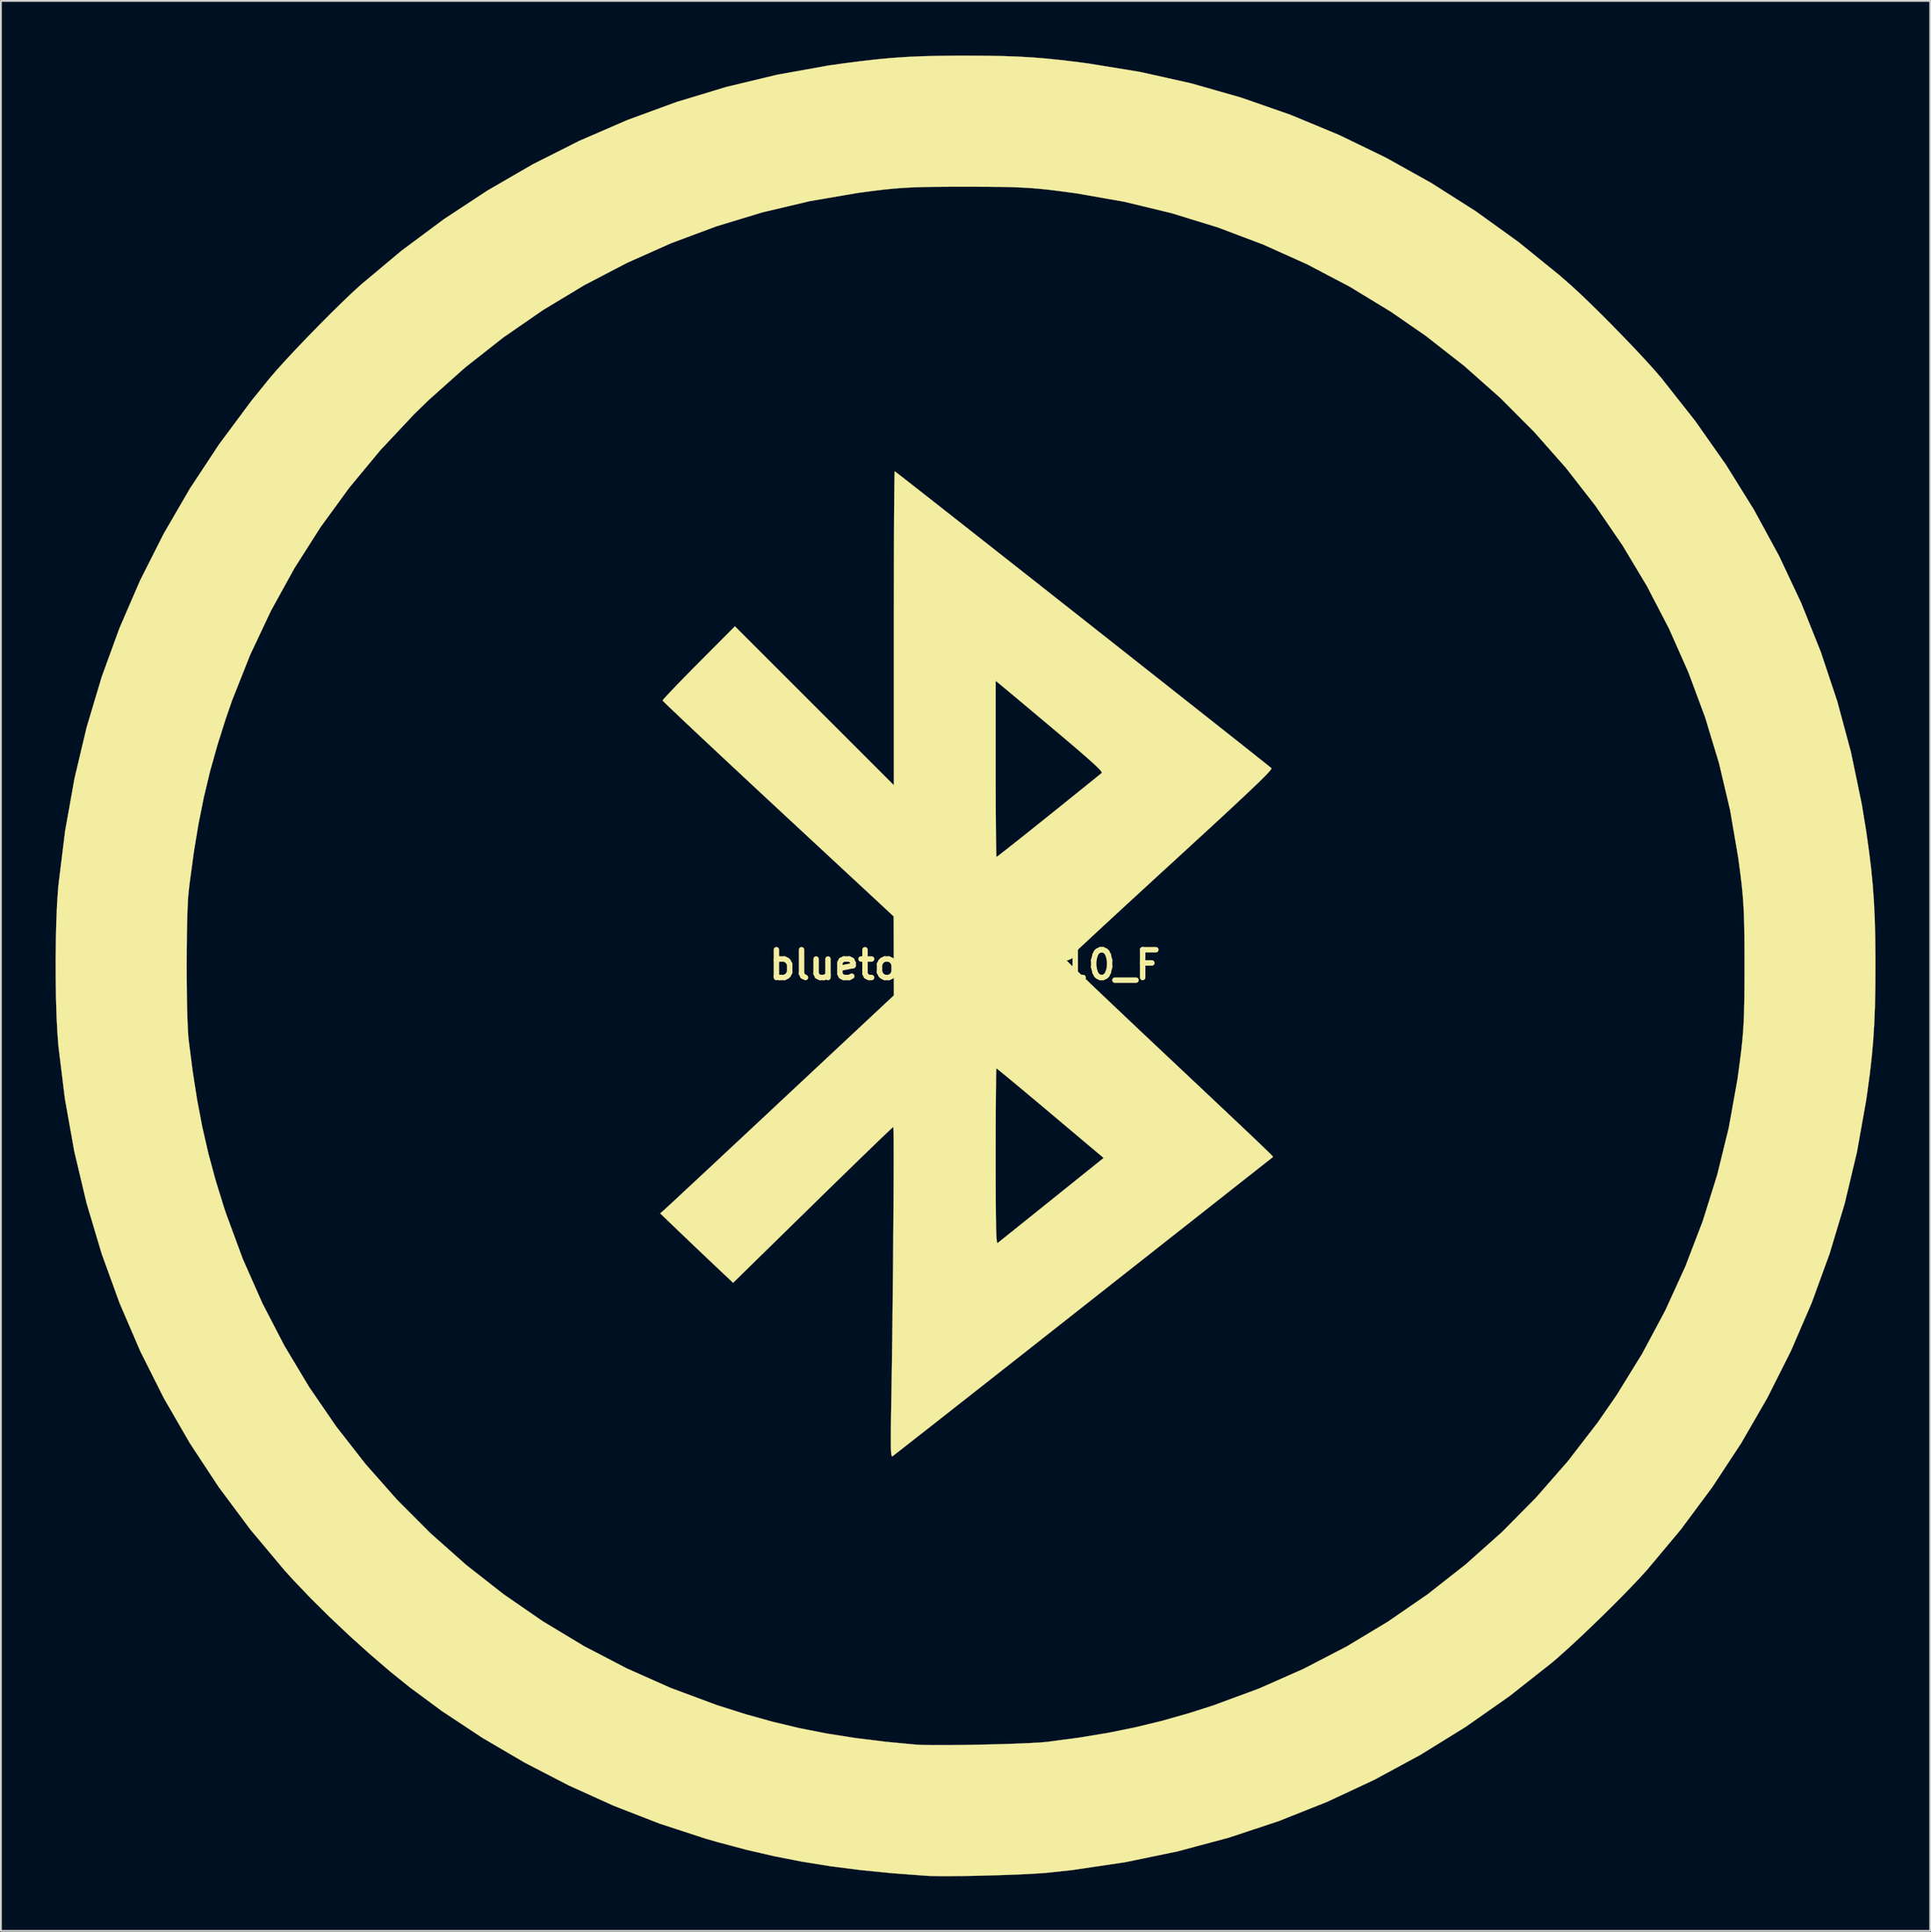
<source format=kicad_pcb>
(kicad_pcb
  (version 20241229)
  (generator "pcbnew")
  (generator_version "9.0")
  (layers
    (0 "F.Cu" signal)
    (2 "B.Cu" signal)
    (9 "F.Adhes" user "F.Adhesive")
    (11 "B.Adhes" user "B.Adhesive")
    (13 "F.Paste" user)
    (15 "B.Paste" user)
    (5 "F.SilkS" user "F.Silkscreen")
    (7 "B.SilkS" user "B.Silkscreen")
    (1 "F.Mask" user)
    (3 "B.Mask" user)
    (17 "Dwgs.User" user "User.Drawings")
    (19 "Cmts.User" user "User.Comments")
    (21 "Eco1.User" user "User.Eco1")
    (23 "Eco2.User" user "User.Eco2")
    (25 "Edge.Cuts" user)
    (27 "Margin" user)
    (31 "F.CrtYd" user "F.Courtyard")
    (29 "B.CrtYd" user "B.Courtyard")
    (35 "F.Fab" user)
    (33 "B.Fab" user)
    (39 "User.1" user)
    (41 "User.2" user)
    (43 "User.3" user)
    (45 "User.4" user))
  (footprint "bluetooth_10x10_F"
    (layer "F.Cu")
    (at 49.91 49.91)
    (property "Reference" "bluetooth_10x10_F" (at 0 0 0) (layer "F.SilkS") (effects (font (size 1.524 1.524) (thickness 0.3))))
    (attr through_hole)
    (fp_poly (pts (xy -3.778 -27.042) (xy -3.584 -26.893) (xy -3.276 -26.652) (xy -2.86 -26.327) (xy -2.347 -25.925) (xy -1.744 -25.452) (xy -1.061 -24.915) (xy -0.306 -24.322) (xy 0.512 -23.678) (xy 1.385 -22.992) (xy 2.303 -22.269) (xy 3.258 -21.518) (xy 4.242 -20.743) (xy 5.244 -19.953) (xy 6.258 -19.155) (xy 7.273 -18.354) (xy 8.282 -17.559) (xy 9.275 -16.776) (xy 10.244 -16.011) (xy 11.181 -15.272) (xy 12.075 -14.566) (xy 12.92 -13.899) (xy 13.705 -13.279) (xy 14.423 -12.711) (xy 15.064 -12.204) (xy 15.619 -11.764) (xy 16.081 -11.398) (xy 16.44 -11.112) (xy 16.688 -10.914) (xy 16.815 -10.81) (xy 16.829 -10.799) (xy 16.822 -10.758) (xy 16.758 -10.668) (xy 16.629 -10.524) (xy 16.431 -10.32) (xy 16.158 -10.049) (xy 15.802 -9.707) (xy 15.359 -9.288) (xy 14.822 -8.785) (xy 14.186 -8.194) (xy 13.443 -7.508) (xy 12.589 -6.723) (xy 11.618 -5.831) (xy 11.262 -5.505) (xy 10.431 -4.744) (xy 9.638 -4.015) (xy 8.889 -3.326) (xy 8.195 -2.686) (xy 7.563 -2.102) (xy 7.004 -1.583) (xy 6.525 -1.138) (xy 6.135 -0.773) (xy 5.843 -0.497) (xy 5.658 -0.319) (xy 5.588 -0.247) (xy 5.588 -0.246) (xy 5.648 -0.179) (xy 5.823 -0.006) (xy 6.103 0.266) (xy 6.478 0.627) (xy 6.941 1.07) (xy 7.482 1.585) (xy 8.091 2.164) (xy 8.76 2.797) (xy 9.479 3.477) (xy 10.24 4.195) (xy 10.647 4.578) (xy 11.672 5.542) (xy 12.58 6.397) (xy 13.379 7.15) (xy 14.075 7.806) (xy 14.675 8.372) (xy 15.186 8.854) (xy 15.615 9.261) (xy 15.968 9.596) (xy 16.254 9.868) (xy 16.477 10.084) (xy 16.647 10.248) (xy 16.768 10.368) (xy 16.848 10.451) (xy 16.895 10.503) (xy 16.914 10.531) (xy 16.915 10.54) (xy 16.847 10.593) (xy 16.653 10.746) (xy 16.34 10.992) (xy 15.916 11.326) (xy 15.387 11.742) (xy 14.761 12.235) (xy 14.045 12.799) (xy 13.246 13.428) (xy 12.372 14.117) (xy 11.428 14.859) (xy 10.423 15.651) (xy 9.364 16.485) (xy 8.257 17.356) (xy 7.111 18.259) (xy 6.519 18.725) (xy 5.354 19.643) (xy 4.223 20.532) (xy 3.136 21.388) (xy 2.098 22.204) (xy 1.117 22.976) (xy 0.2 23.696) (xy -0.645 24.36) (xy -1.411 24.962) (xy -2.091 25.495) (xy -2.678 25.955) (xy -3.164 26.336) (xy -3.543 26.632) (xy -3.807 26.838) (xy -3.948 26.947) (xy -3.971 26.963) (xy -4.002 26.962) (xy -4.026 26.907) (xy -4.043 26.784) (xy -4.055 26.578) (xy -4.061 26.274) (xy -4.061 25.857) (xy -4.056 25.314) (xy -4.047 24.629) (xy -4.035 23.91) (xy -4.019 22.942) (xy -4.003 21.922) (xy -3.989 20.86) (xy -3.975 19.771) (xy -3.962 18.668) (xy -3.951 17.563) (xy -3.94 16.469) (xy -3.931 15.4) (xy -3.923 14.368) (xy -3.916 13.386) (xy -3.911 12.467) (xy -3.907 11.624) (xy -3.905 10.871) (xy -3.905 10.509) (xy 1.693 10.509) (xy 1.694 11.569) (xy 1.696 12.47) (xy 1.7 13.224) (xy 1.706 13.84) (xy 1.714 14.33) (xy 1.725 14.705) (xy 1.738 14.975) (xy 1.754 15.152) (xy 1.773 15.245) (xy 1.796 15.266) (xy 1.799 15.264) (xy 1.886 15.195) (xy 2.09 15.031) (xy 2.399 14.784) (xy 2.797 14.465) (xy 3.27 14.085) (xy 3.806 13.656) (xy 4.388 13.188) (xy 4.763 12.887) (xy 7.621 10.593) (xy 4.698 8.133) (xy 4.095 7.626) (xy 3.532 7.155) (xy 3.023 6.73) (xy 2.58 6.361) (xy 2.216 6.061) (xy 1.945 5.839) (xy 1.781 5.707) (xy 1.734 5.673) (xy 1.726 5.755) (xy 1.719 5.991) (xy 1.713 6.367) (xy 1.707 6.867) (xy 1.702 7.477) (xy 1.698 8.181) (xy 1.695 8.964) (xy 1.694 9.812) (xy 1.693 10.509) (xy -3.905 10.509) (xy -3.905 10.219) (xy -3.907 9.683) (xy -3.911 9.275) (xy -3.917 9.007) (xy -3.925 8.893) (xy -3.927 8.89) (xy -3.995 8.948) (xy -4.175 9.115) (xy -4.456 9.382) (xy -4.828 9.739) (xy -5.283 10.178) (xy -5.81 10.689) (xy -6.4 11.262) (xy -7.043 11.889) (xy -7.73 12.559) (xy -8.351 13.167) (xy -12.718 17.443) (xy -13.704 16.515) (xy -14.142 16.1) (xy -14.646 15.622) (xy -15.158 15.134) (xy -15.622 14.69) (xy -15.706 14.61) (xy -16.722 13.634) (xy -16.499 13.442) (xy -16.407 13.358) (xy -16.2 13.167) (xy -15.887 12.876) (xy -15.476 12.493) (xy -14.976 12.028) (xy -14.396 11.487) (xy -13.744 10.879) (xy -13.029 10.211) (xy -12.26 9.493) (xy -11.446 8.732) (xy -10.594 7.936) (xy -10.086 7.46) (xy -3.895 1.671) (xy -3.901 -0.498) (xy -3.907 -2.667) (xy -10.244 -8.551) (xy -11.12 -9.365) (xy -11.96 -10.148) (xy -12.756 -10.89) (xy -13.5 -11.586) (xy -14.184 -12.226) (xy -14.799 -12.803) (xy -15.337 -13.31) (xy -15.789 -13.738) (xy -16.149 -14.08) (xy -16.406 -14.328) (xy -16.554 -14.475) (xy -16.588 -14.513) (xy -16.532 -14.59) (xy -16.369 -14.771) (xy -16.115 -15.043) (xy -15.782 -15.39) (xy -15.385 -15.799) (xy -14.938 -16.254) (xy -14.607 -16.588) (xy -12.619 -18.584) (xy -8.257 -14.224) (xy -3.895 -9.864) (xy -3.895 -10.759) (xy 1.693 -10.759) (xy 1.694 -9.872) (xy 1.696 -9.037) (xy 1.7 -8.271) (xy 1.705 -7.587) (xy 1.71 -7) (xy 1.717 -6.526) (xy 1.724 -6.18) (xy 1.732 -5.977) (xy 1.739 -5.927) (xy 1.813 -5.978) (xy 2.004 -6.125) (xy 2.3 -6.356) (xy 2.686 -6.66) (xy 3.149 -7.027) (xy 3.675 -7.446) (xy 4.25 -7.905) (xy 4.596 -8.183) (xy 5.196 -8.665) (xy 5.757 -9.116) (xy 6.265 -9.525) (xy 6.706 -9.88) (xy 7.065 -10.17) (xy 7.328 -10.383) (xy 7.482 -10.508) (xy 7.514 -10.535) (xy 7.512 -10.584) (xy 7.441 -10.682) (xy 7.293 -10.838) (xy 7.06 -11.058) (xy 6.733 -11.352) (xy 6.303 -11.726) (xy 5.761 -12.189) (xy 5.099 -12.748) (xy 4.851 -12.957) (xy 4.257 -13.455) (xy 3.698 -13.925) (xy 3.188 -14.352) (xy 2.741 -14.726) (xy 2.373 -15.034) (xy 2.097 -15.264) (xy 1.929 -15.403) (xy 1.888 -15.437) (xy 1.693 -15.591) (xy 1.693 -10.759) (xy -3.895 -10.759) (xy -3.895 -18.479) (xy -3.894 -19.671) (xy -3.893 -20.814) (xy -3.891 -21.897) (xy -3.888 -22.909) (xy -3.884 -23.838) (xy -3.88 -24.674) (xy -3.875 -25.404) (xy -3.87 -26.018) (xy -3.864 -26.505) (xy -3.858 -26.852) (xy -3.852 -27.05) (xy -3.847 -27.093) (xy -3.778 -27.042)) (stroke (width 0.01) (type solid)) (fill yes) (layer "F.SilkS"))
    (fp_poly (pts (xy 1.11 -49.9) (xy 2.05 -49.884) (xy 2.904 -49.854) (xy 3.714 -49.807) (xy 4.522 -49.741) (xy 5.368 -49.653) (xy 6.295 -49.54) (xy 6.766 -49.478) (xy 9.613 -49.014) (xy 12.419 -48.387) (xy 15.178 -47.6) (xy 17.884 -46.656) (xy 20.53 -45.557) (xy 23.109 -44.308) (xy 25.616 -42.91) (xy 28.044 -41.366) (xy 30.387 -39.68) (xy 32.638 -37.855) (xy 33.232 -37.336) (xy 33.712 -36.897) (xy 34.271 -36.363) (xy 34.883 -35.763) (xy 35.522 -35.121) (xy 36.163 -34.464) (xy 36.781 -33.818) (xy 37.35 -33.208) (xy 37.844 -32.662) (xy 38.229 -32.216) (xy 40.081 -29.868) (xy 41.776 -27.458) (xy 43.313 -24.985) (xy 44.693 -22.45) (xy 45.915 -19.852) (xy 46.98 -17.192) (xy 47.888 -14.47) (xy 48.638 -11.686) (xy 49.231 -8.839) (xy 49.478 -7.324) (xy 49.625 -6.285) (xy 49.742 -5.328) (xy 49.833 -4.415) (xy 49.899 -3.505) (xy 49.945 -2.56) (xy 49.972 -1.538) (xy 49.984 -0.402) (xy 49.984 0.042) (xy 49.978 1.23) (xy 49.957 2.288) (xy 49.918 3.256) (xy 49.859 4.174) (xy 49.777 5.081) (xy 49.67 6.018) (xy 49.534 7.023) (xy 49.478 7.408) (xy 48.969 10.27) (xy 48.299 13.084) (xy 47.469 15.845) (xy 46.484 18.547) (xy 45.345 21.185) (xy 44.054 23.753) (xy 42.615 26.246) (xy 41.03 28.658) (xy 39.302 30.984) (xy 37.432 33.219) (xy 37.421 33.232) (xy 36.958 33.737) (xy 36.4 34.321) (xy 35.774 34.958) (xy 35.106 35.621) (xy 34.424 36.283) (xy 33.755 36.919) (xy 33.125 37.501) (xy 32.564 38.004) (xy 32.216 38.302) (xy 29.89 40.136) (xy 27.492 41.816) (xy 25.023 43.344) (xy 22.485 44.717) (xy 19.88 45.935) (xy 17.208 46.997) (xy 14.471 47.903) (xy 11.672 48.652) (xy 8.811 49.244) (xy 5.891 49.677) (xy 4.487 49.827) (xy 4.048 49.861) (xy 3.485 49.893) (xy 2.829 49.923) (xy 2.109 49.949) (xy 1.356 49.972) (xy 0.6 49.99) (xy -0.13 50.003) (xy -0.803 50.009) (xy -1.389 50.009) (xy -1.859 50.001) (xy -2.117 49.989) (xy -3.992 49.848) (xy -5.732 49.676) (xy -7.368 49.467) (xy -8.933 49.215) (xy -10.458 48.917) (xy -11.975 48.566) (xy -13.517 48.156) (xy -14.224 47.953) (xy -16.752 47.128) (xy -19.265 46.15) (xy -21.74 45.031) (xy -24.155 43.782) (xy -26.489 42.414) (xy -28.717 40.94) (xy -30.48 39.636) (xy -31.543 38.779) (xy -32.654 37.826) (xy -33.78 36.812) (xy -34.885 35.768) (xy -35.933 34.728) (xy -36.889 33.725) (xy -37.336 33.232) (xy -39.217 30.987) (xy -40.951 28.659) (xy -42.537 26.25) (xy -43.973 23.763) (xy -45.259 21.2) (xy -46.394 18.564) (xy -47.376 15.857) (xy -48.205 13.081) (xy -48.88 10.239) (xy -49.399 7.333) (xy -49.753 4.445) (xy -49.811 3.688) (xy -49.856 2.799) (xy -49.886 1.813) (xy -49.902 0.766) (xy -49.905 -0.138) (xy -42.714 -0.138) (xy -42.713 0.689) (xy -42.706 1.495) (xy -42.693 2.252) (xy -42.674 2.933) (xy -42.65 3.511) (xy -42.621 3.959) (xy -42.606 4.106) (xy -42.387 5.823) (xy -42.139 7.411) (xy -41.853 8.909) (xy -41.521 10.355) (xy -41.134 11.789) (xy -40.684 13.249) (xy -40.558 13.631) (xy -39.634 16.134) (xy -38.562 18.56) (xy -37.348 20.904) (xy -35.996 23.16) (xy -34.513 25.322) (xy -32.903 27.385) (xy -31.173 29.345) (xy -29.327 31.194) (xy -27.372 32.929) (xy -25.312 34.543) (xy -23.153 36.031) (xy -20.901 37.387) (xy -18.56 38.607) (xy -16.137 39.684) (xy -13.637 40.613) (xy -13.547 40.643) (xy -12.02 41.127) (xy -10.538 41.54) (xy -9.066 41.891) (xy -7.566 42.185) (xy -6.003 42.431) (xy -4.343 42.635) (xy -2.709 42.79) (xy -2.39 42.807) (xy -1.928 42.816) (xy -1.353 42.819) (xy -0.69 42.816) (xy 0.032 42.808) (xy 0.787 42.795) (xy 1.547 42.778) (xy 2.283 42.757) (xy 2.97 42.733) (xy 3.58 42.706) (xy 4.085 42.678) (xy 4.458 42.648) (xy 4.531 42.64) (xy 6.247 42.412) (xy 7.84 42.15) (xy 9.354 41.844) (xy 10.832 41.485) (xy 12.32 41.062) (xy 13.631 40.643) (xy 16.147 39.715) (xy 18.587 38.636) (xy 20.947 37.412) (xy 23.22 36.046) (xy 25.401 34.543) (xy 27.485 32.907) (xy 29.467 31.142) (xy 31.339 29.252) (xy 33.098 27.242) (xy 34.737 25.116) (xy 35.771 23.622) (xy 37.181 21.337) (xy 38.442 18.978) (xy 39.55 16.551) (xy 40.504 14.063) (xy 41.299 11.523) (xy 41.934 8.938) (xy 42.405 6.315) (xy 42.454 5.969) (xy 42.544 5.306) (xy 42.617 4.723) (xy 42.675 4.189) (xy 42.719 3.676) (xy 42.751 3.153) (xy 42.773 2.59) (xy 42.788 1.957) (xy 42.795 1.225) (xy 42.798 0.364) (xy 42.798 0.042) (xy 42.796 -0.869) (xy 42.791 -1.641) (xy 42.779 -2.304) (xy 42.76 -2.886) (xy 42.731 -3.42) (xy 42.691 -3.933) (xy 42.638 -4.456) (xy 42.57 -5.019) (xy 42.486 -5.652) (xy 42.454 -5.884) (xy 42.006 -8.504) (xy 41.398 -11.078) (xy 40.633 -13.601) (xy 39.716 -16.066) (xy 38.651 -18.465) (xy 37.442 -20.793) (xy 36.094 -23.042) (xy 34.61 -25.207) (xy 32.996 -27.279) (xy 31.254 -29.254) (xy 29.391 -31.123) (xy 27.409 -32.88) (xy 25.313 -34.519) (xy 23.407 -35.838) (xy 21.142 -37.218) (xy 18.791 -38.454) (xy 16.367 -39.543) (xy 13.879 -40.481) (xy 11.339 -41.263) (xy 8.759 -41.886) (xy 6.15 -42.344) (xy 5.969 -42.37) (xy 5.306 -42.459) (xy 4.723 -42.532) (xy 4.189 -42.59) (xy 3.676 -42.634) (xy 3.153 -42.666) (xy 2.59 -42.689) (xy 1.957 -42.703) (xy 1.225 -42.71) (xy 0.364 -42.713) (xy 0.042 -42.713) (xy -0.869 -42.712) (xy -1.641 -42.706) (xy -2.304 -42.694) (xy -2.886 -42.675) (xy -3.42 -42.646) (xy -3.933 -42.606) (xy -4.456 -42.553) (xy -5.019 -42.485) (xy -5.652 -42.402) (xy -5.884 -42.37) (xy -8.512 -41.92) (xy -11.098 -41.309) (xy -13.635 -40.539) (xy -16.116 -39.614) (xy -18.534 -38.537) (xy -20.882 -37.313) (xy -23.153 -35.944) (xy -25.339 -34.434) (xy -27.433 -32.787) (xy -29.429 -31.006) (xy -30.227 -30.228) (xy -32.077 -28.259) (xy -33.791 -26.191) (xy -35.365 -24.029) (xy -36.798 -21.778) (xy -38.086 -19.442) (xy -39.226 -17.026) (xy -40.215 -14.534) (xy -40.558 -13.547) (xy -41.025 -12.073) (xy -41.428 -10.636) (xy -41.773 -9.197) (xy -42.07 -7.716) (xy -42.327 -6.155) (xy -42.553 -4.475) (xy -42.606 -4.022) (xy -42.638 -3.639) (xy -42.665 -3.114) (xy -42.685 -2.474) (xy -42.701 -1.746) (xy -42.71 -0.959) (xy -42.714 -0.138) (xy -49.905 -0.138) (xy -49.905 -0.305) (xy -49.893 -1.364) (xy -49.868 -2.375) (xy -49.829 -3.303) (xy -49.775 -4.111) (xy -49.753 -4.36) (xy -49.389 -7.33) (xy -48.872 -10.225) (xy -48.203 -13.047) (xy -47.38 -15.8) (xy -46.403 -18.483) (xy -45.27 -21.101) (xy -43.982 -23.654) (xy -42.536 -26.145) (xy -40.932 -28.576) (xy -39.17 -30.949) (xy -38.144 -32.216) (xy -37.747 -32.676) (xy -37.251 -33.224) (xy -36.68 -33.834) (xy -36.062 -34.481) (xy -35.42 -35.138) (xy -34.782 -35.78) (xy -34.171 -36.379) (xy -33.614 -36.91) (xy -33.147 -37.336) (xy -30.921 -39.199) (xy -28.603 -40.923) (xy -26.197 -42.506) (xy -23.711 -43.944) (xy -21.151 -45.234) (xy -18.522 -46.373) (xy -15.832 -47.359) (xy -13.087 -48.189) (xy -10.293 -48.86) (xy -7.456 -49.369) (xy -6.681 -49.478) (xy -5.702 -49.603) (xy -4.823 -49.703) (xy -4.003 -49.779) (xy -3.199 -49.834) (xy -2.371 -49.872) (xy -1.476 -49.894) (xy -0.473 -49.904) (xy 0.042 -49.905) (xy 1.11 -49.9)) (stroke (width 0.01) (type solid)) (fill yes) (layer "F.SilkS")))
  (gr_rect
    (start -3 -3)
    (end 102.899 102.924)
    (stroke (width 0.1) (type default))
    (fill no)
    (layer "Edge.Cuts")))
</source>
